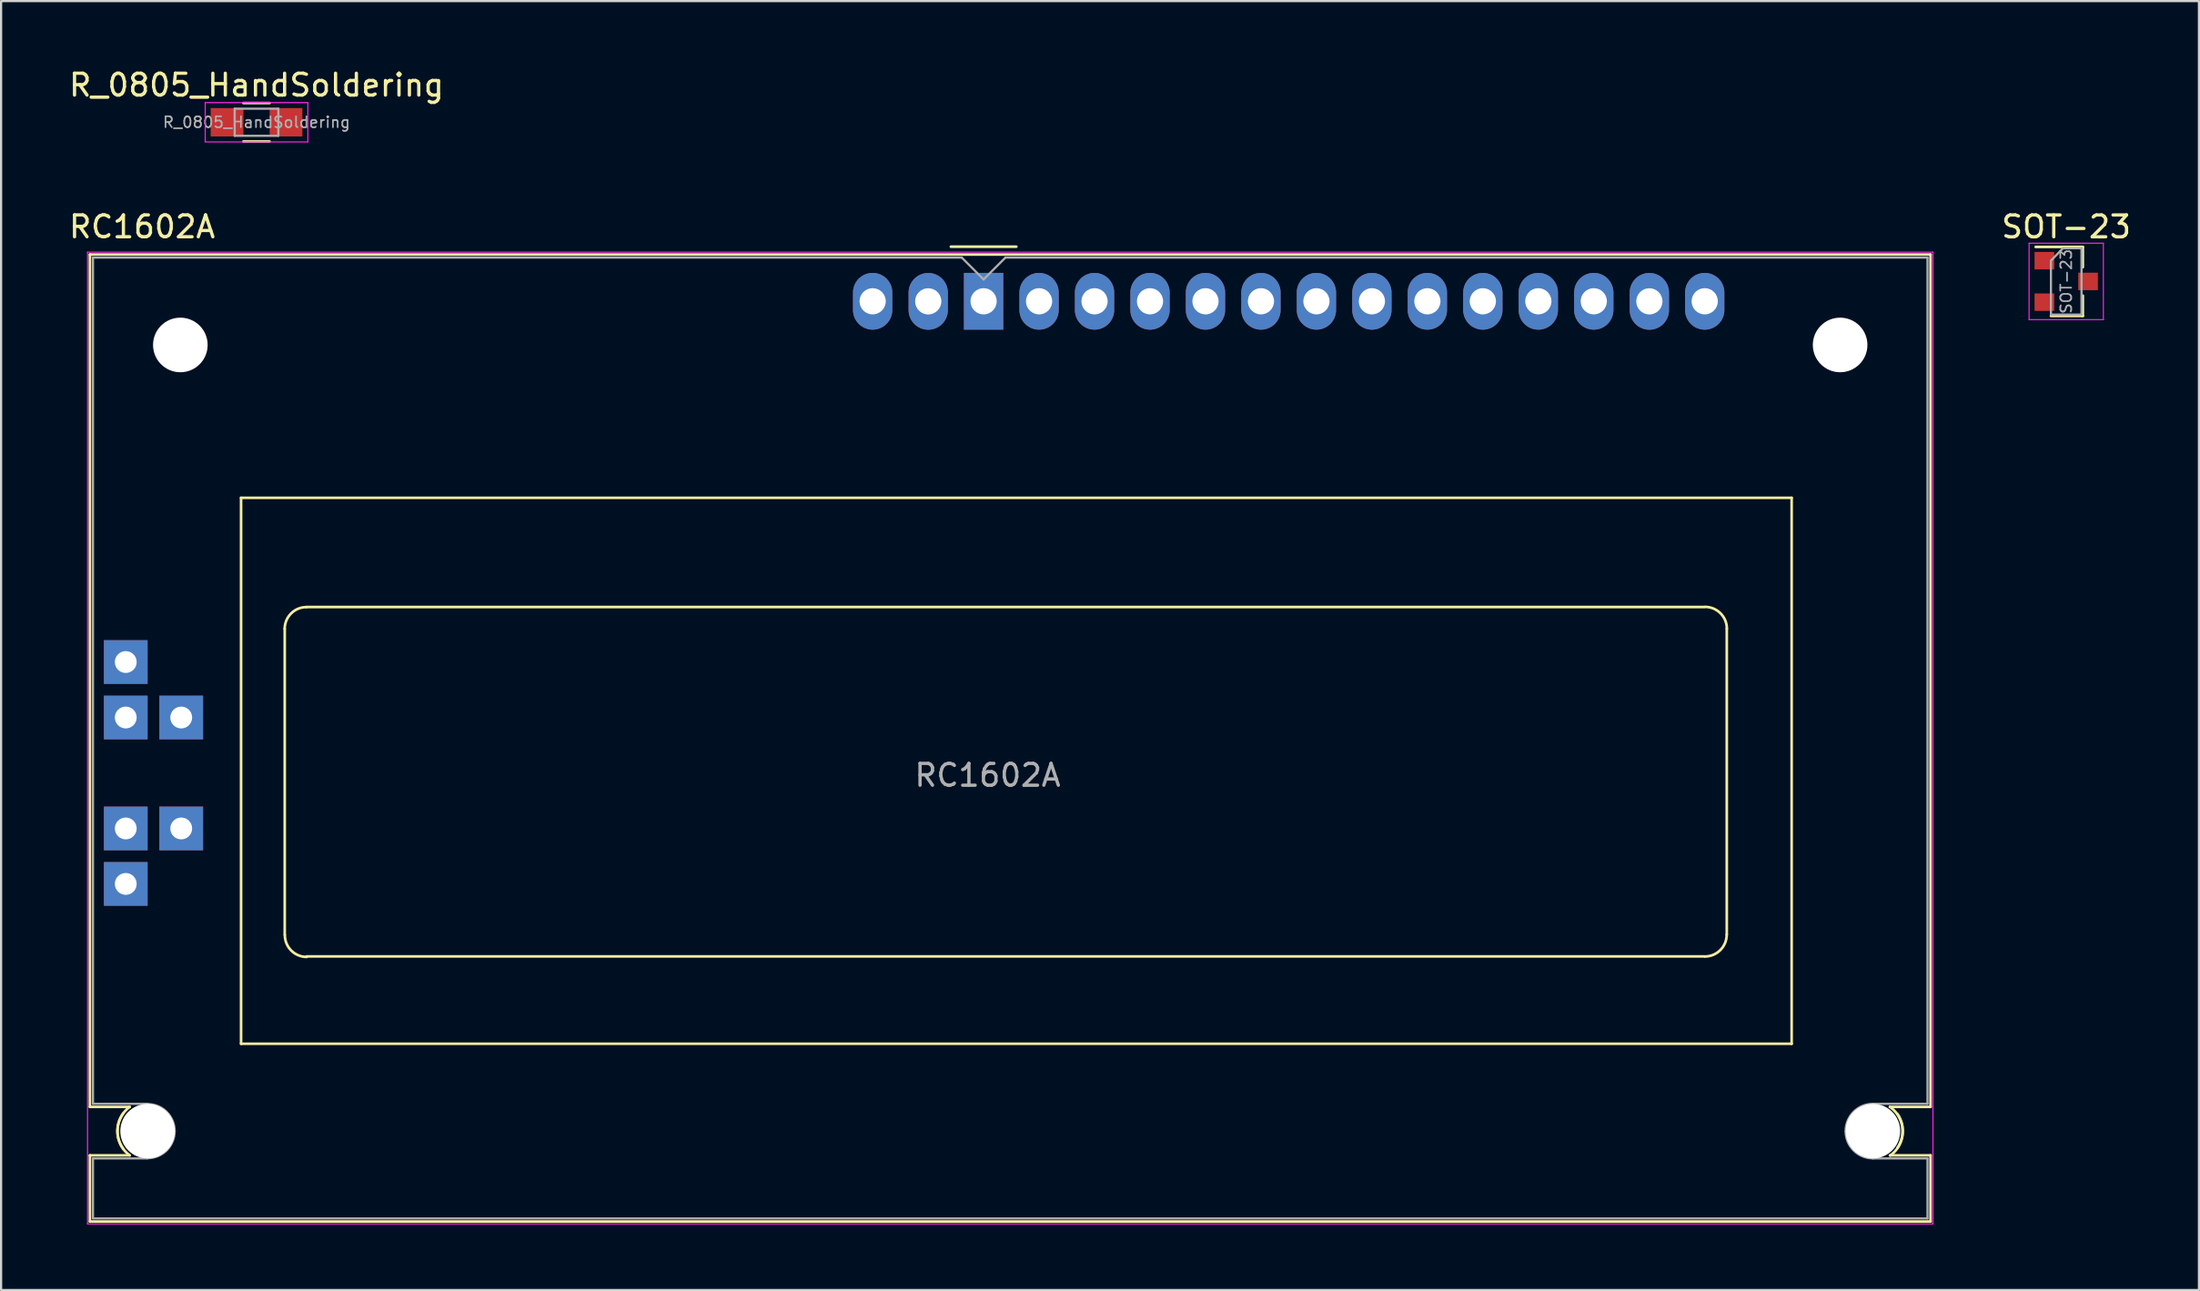
<source format=kicad_pcb>
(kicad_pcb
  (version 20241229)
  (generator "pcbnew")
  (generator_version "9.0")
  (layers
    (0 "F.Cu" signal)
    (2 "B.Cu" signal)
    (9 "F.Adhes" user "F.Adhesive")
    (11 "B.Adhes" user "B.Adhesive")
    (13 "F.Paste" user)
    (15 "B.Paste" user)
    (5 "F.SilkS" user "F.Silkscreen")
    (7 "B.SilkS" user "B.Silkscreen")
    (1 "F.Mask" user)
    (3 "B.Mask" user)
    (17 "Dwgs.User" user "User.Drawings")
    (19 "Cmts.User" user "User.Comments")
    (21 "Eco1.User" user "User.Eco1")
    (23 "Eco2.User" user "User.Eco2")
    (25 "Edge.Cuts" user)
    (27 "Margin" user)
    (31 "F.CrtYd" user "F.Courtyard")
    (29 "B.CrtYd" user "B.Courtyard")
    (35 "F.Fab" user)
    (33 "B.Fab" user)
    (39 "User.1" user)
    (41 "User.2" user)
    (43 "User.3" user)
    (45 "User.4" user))
  (footprint "SOT-23"
    (layer "F.Cu")
    (at 90.57 8.897)
    (property "Reference" "SOT-23" (at 0.991 -1.56 0) (layer "F.SilkS") (effects (font (size 1 1) (thickness 0.15))))
    (attr smd)
    (fp_line (start 1.751 -0.64) (end -0.409 -0.64) (stroke (width 0.12) (type solid)) (layer "F.SilkS"))
    (fp_line (start 1.751 -0.64) (end 1.751 0.29) (stroke (width 0.12) (type solid)) (layer "F.SilkS"))
    (fp_line (start 1.751 2.52) (end 0.291 2.52) (stroke (width 0.12) (type solid)) (layer "F.SilkS"))
    (fp_line (start 1.751 2.52) (end 1.751 1.59) (stroke (width 0.12) (type solid)) (layer "F.SilkS"))
    (fp_line (start -0.709 -0.81) (end 2.691 -0.81) (stroke (width 0.05) (type solid)) (layer "F.CrtYd"))
    (fp_line (start -0.709 2.69) (end -0.709 -0.81) (stroke (width 0.05) (type solid)) (layer "F.CrtYd"))
    (fp_line (start 2.691 -0.81) (end 2.691 2.69) (stroke (width 0.05) (type solid)) (layer "F.CrtYd"))
    (fp_line (start 2.691 2.69) (end -0.709 2.69) (stroke (width 0.05) (type solid)) (layer "F.CrtYd"))
    (fp_line (start 0.291 -0.01) (end 0.291 2.44) (stroke (width 0.1) (type solid)) (layer "F.Fab"))
    (fp_line (start 0.291 -0.01) (end 0.841 -0.58) (stroke (width 0.1) (type solid)) (layer "F.Fab"))
    (fp_line (start 0.291 2.46) (end 1.691 2.46) (stroke (width 0.1) (type solid)) (layer "F.Fab"))
    (fp_line (start 0.841 -0.58) (end 1.691 -0.58) (stroke (width 0.1) (type solid)) (layer "F.Fab"))
    (fp_line (start 1.691 -0.58) (end 1.691 2.46) (stroke (width 0.1) (type solid)) (layer "F.Fab"))
    (fp_text user "${REFERENCE}" (at 0.991 0.94 90) (layer "F.Fab") (effects (font (size 0.5 0.5) (thickness 0.075))))
    (pad "1" smd rect (at -0.009 -0.01) (size 0.9 0.8) (layers "F.Cu" "F.Mask" "F.Paste"))
    (pad "2" smd rect (at -0.009 1.89) (size 0.9 0.8) (layers "F.Cu" "F.Mask" "F.Paste"))
    (pad "3" smd rect (at 1.991 0.94) (size 0.9 0.8) (layers "F.Cu" "F.Mask" "F.Paste")))
  (footprint "R_0805_HandSoldering"
    (layer "F.Cu")
    (at 7.426 2.548)
    (property "Reference" "R_0805_HandSoldering" (at 1.27 -1.7 0) (layer "F.SilkS") (effects (font (size 1 1) (thickness 0.15))))
    (attr smd)
    (fp_line (start 0.67 -0.88) (end 1.87 -0.88) (stroke (width 0.12) (type solid)) (layer "F.SilkS"))
    (fp_line (start 1.87 0.88) (end 0.67 0.88) (stroke (width 0.12) (type solid)) (layer "F.SilkS"))
    (fp_line (start -1.08 -0.9) (end -1.08 0.9) (stroke (width 0.05) (type solid)) (layer "F.CrtYd"))
    (fp_line (start -1.08 -0.9) (end 3.62 -0.9) (stroke (width 0.05) (type solid)) (layer "F.CrtYd"))
    (fp_line (start 3.62 0.9) (end -1.08 0.9) (stroke (width 0.05) (type solid)) (layer "F.CrtYd"))
    (fp_line (start 3.62 0.9) (end 3.62 -0.9) (stroke (width 0.05) (type solid)) (layer "F.CrtYd"))
    (fp_line (start 0.27 -0.62) (end 2.27 -0.62) (stroke (width 0.1) (type solid)) (layer "F.Fab"))
    (fp_line (start 0.27 0.62) (end 0.27 -0.62) (stroke (width 0.1) (type solid)) (layer "F.Fab"))
    (fp_line (start 2.27 -0.62) (end 2.27 0.62) (stroke (width 0.1) (type solid)) (layer "F.Fab"))
    (fp_line (start 2.27 0.62) (end 0.27 0.62) (stroke (width 0.1) (type solid)) (layer "F.Fab"))
    (fp_text user "${REFERENCE}" (at 1.27 0 0) (layer "F.Fab") (effects (font (size 0.5 0.5) (thickness 0.075))))
    (pad "1" smd rect (at -0.08 0) (size 1.5 1.3) (layers "F.Cu" "F.Mask" "F.Paste"))
    (pad "2" smd rect (at 2.62 0) (size 1.5 1.3) (layers "F.Cu" "F.Mask" "F.Paste")))
  (footprint "RC1602A"
    (layer "F.Cu")
    (at 41.988 10.746)
    (property "Reference" "RC1602A" (at -38.53 -3.41 180) (layer "F.SilkS") (effects (font (size 1 1) (thickness 0.15))))
    (attr through_hole)
    (fp_line (start -40.92 -2.14) (end 43.36 -2.14) (stroke (width 0.12) (type solid)) (layer "F.SilkS"))
    (fp_line (start -40.92 36.89) (end -40.92 -2.14) (stroke (width 0.12) (type solid)) (layer "F.SilkS"))
    (fp_line (start -40.92 36.89) (end -39.1 36.89) (stroke (width 0.12) (type solid)) (layer "F.SilkS"))
    (fp_line (start -40.92 39.11) (end -39.1 39.11) (stroke (width 0.12) (type solid)) (layer "F.SilkS"))
    (fp_line (start -40.92 42.14) (end -40.92 39.11) (stroke (width 0.12) (type solid)) (layer "F.SilkS"))
    (fp_line (start -34 9) (end 37 9) (stroke (width 0.12) (type solid)) (layer "F.SilkS"))
    (fp_line (start -34 34) (end -34 9) (stroke (width 0.12) (type solid)) (layer "F.SilkS"))
    (fp_line (start -32 29) (end -32 15) (stroke (width 0.12) (type solid)) (layer "F.SilkS"))
    (fp_line (start -31 14) (end 33 14) (stroke (width 0.12) (type solid)) (layer "F.SilkS"))
    (fp_line (start -1.5 -2.5) (end 1.5 -2.5) (stroke (width 0.12) (type solid)) (layer "F.SilkS"))
    (fp_line (start 33 30) (end -31 30) (stroke (width 0.12) (type solid)) (layer "F.SilkS"))
    (fp_line (start 34.03 15) (end 34.03 29) (stroke (width 0.12) (type solid)) (layer "F.SilkS"))
    (fp_line (start 37 9) (end 37 34) (stroke (width 0.12) (type solid)) (layer "F.SilkS"))
    (fp_line (start 37 34) (end -34 34) (stroke (width 0.12) (type solid)) (layer "F.SilkS"))
    (fp_line (start 41.5 39.11) (end 43.36 39.11) (stroke (width 0.12) (type solid)) (layer "F.SilkS"))
    (fp_line (start 43.36 -2.14) (end 43.36 36.89) (stroke (width 0.12) (type solid)) (layer "F.SilkS"))
    (fp_line (start 43.36 36.89) (end 41.5 36.89) (stroke (width 0.12) (type solid)) (layer "F.SilkS"))
    (fp_line (start 43.36 39.11) (end 43.36 42.14) (stroke (width 0.12) (type solid)) (layer "F.SilkS"))
    (fp_line (start 43.36 42.14) (end -40.92 42.14) (stroke (width 0.12) (type solid)) (layer "F.SilkS"))
    (fp_arc (start -39.39 38.82) (mid -39.644716 37.794939) (end -39.1 36.89) (stroke (width 0.12) (type solid)) (layer "F.SilkS"))
    (fp_arc (start -39.1 39.11) (mid -39.644716 38.205061) (end -39.39 37.18) (stroke (width 0.12) (type solid)) (layer "F.SilkS"))
    (fp_arc (start -32.00286 15.00246) (mid -31.710488 14.296612) (end -31.00464 14.00424) (stroke (width 0.12) (type solid)) (layer "F.SilkS"))
    (fp_arc (start -30.99464 30.0237) (mid -31.702284 29.730584) (end -31.9954 29.02294) (stroke (width 0.12) (type solid)) (layer "F.SilkS"))
    (fp_arc (start 33.03574 13.99424) (mid 33.741588 14.286612) (end 34.03396 14.99246) (stroke (width 0.12) (type solid)) (layer "F.SilkS"))
    (fp_arc (start 34.0265 29.00294) (mid 33.733384 29.710584) (end 33.02574 30.0037) (stroke (width 0.12) (type solid)) (layer "F.SilkS"))
    (fp_arc (start 41.5 36.89) (mid 42.059361 37.759584) (end 41.84 38.77) (stroke (width 0.12) (type solid)) (layer "F.SilkS"))
    (fp_arc (start 41.84 37.21) (mid 42.070574 38.233345) (end 41.51 39.12) (stroke (width 0.12) (type solid)) (layer "F.SilkS"))
    (fp_line (start -41.03 -2.25) (end 43.47 -2.25) (stroke (width 0.05) (type solid)) (layer "F.CrtYd"))
    (fp_line (start -41.03 42.25) (end -41.03 -2.25) (stroke (width 0.05) (type solid)) (layer "F.CrtYd"))
    (fp_line (start -41.03 42.25) (end 43.47 42.25) (stroke (width 0.05) (type solid)) (layer "F.CrtYd"))
    (fp_line (start 43.47 42.25) (end 43.47 -2.25) (stroke (width 0.05) (type solid)) (layer "F.CrtYd"))
    (fp_line (start -40.78 -2) (end -1 -2) (stroke (width 0.1) (type solid)) (layer "F.Fab"))
    (fp_line (start -40.78 36.75) (end -40.78 -2) (stroke (width 0.1) (type solid)) (layer "F.Fab"))
    (fp_line (start -40.78 36.75) (end -38.28 36.75) (stroke (width 0.1) (type solid)) (layer "F.Fab"))
    (fp_line (start -40.78 39.25) (end -38.28 39.25) (stroke (width 0.1) (type solid)) (layer "F.Fab"))
    (fp_line (start -40.78 41.99) (end -40.78 39.25) (stroke (width 0.1) (type solid)) (layer "F.Fab"))
    (fp_line (start -1 -2) (end 0 -1) (stroke (width 0.1) (type solid)) (layer "F.Fab"))
    (fp_line (start 0 -1) (end 1 -2) (stroke (width 0.1) (type solid)) (layer "F.Fab"))
    (fp_line (start 1 -2) (end 43.22 -2) (stroke (width 0.1) (type solid)) (layer "F.Fab"))
    (fp_line (start 40.72 39.25) (end 43.22 39.25) (stroke (width 0.1) (type solid)) (layer "F.Fab"))
    (fp_line (start 43.22 -2) (end 43.22 36.75) (stroke (width 0.1) (type solid)) (layer "F.Fab"))
    (fp_line (start 43.22 36.75) (end 40.72 36.75) (stroke (width 0.1) (type solid)) (layer "F.Fab"))
    (fp_line (start 43.22 39.25) (end 43.22 42) (stroke (width 0.1) (type solid)) (layer "F.Fab"))
    (fp_line (start 43.22 42) (end -40.78 42) (stroke (width 0.1) (type solid)) (layer "F.Fab"))
    (fp_arc (start -38.28 36.76) (mid -37.403188 37.123188) (end -37.04 38) (stroke (width 0.1) (type solid)) (layer "F.Fab"))
    (fp_arc (start -37.04 38) (mid -37.403188 38.876812) (end -38.28 39.24) (stroke (width 0.1) (type solid)) (layer "F.Fab"))
    (fp_arc (start 39.47 37.99) (mid 39.843188 37.109045) (end 40.73 36.75) (stroke (width 0.1) (type solid)) (layer "F.Fab"))
    (fp_arc (start 40.73 39.25) (mid 39.843188 38.890955) (end 39.47 38.01) (stroke (width 0.1) (type solid)) (layer "F.Fab"))
    (fp_text user "${REFERENCE}" (at 0.185 21.705 0) (layer "F.Fab") (effects (font (size 1 1) (thickness 0.15))))
    (pad "" np_thru_hole circle (at -38.28 38 180) (size 2.5 2.5) (drill 2.5) (layers "*.Cu" "*.Mask"))
    (pad "" np_thru_hole circle (at -36.78 2 180) (size 2.5 2.5) (drill 2.5) (layers "*.Cu" "*.Mask"))
    (pad "" np_thru_hole circle (at 39.22 2 180) (size 2.5 2.5) (drill 2.5) (layers "*.Cu" "*.Mask"))
    (pad "" np_thru_hole circle (at 40.72 38 180) (size 2.5 2.5) (drill 2.5) (layers "*.Cu" "*.Mask"))
    (pad "1" thru_hole rect (at 0 0 180) (size 1.8 2.6) (drill 1.2) (layers "*.Cu" "*.Mask"))
    (pad "2" thru_hole oval (at 2.54 0 180) (size 1.8 2.6) (drill 1.2) (layers "*.Cu" "*.Mask"))
    (pad "3" thru_hole oval (at 5.08 0 180) (size 1.8 2.6) (drill 1.2) (layers "*.Cu" "*.Mask"))
    (pad "4" thru_hole oval (at 7.62 0 180) (size 1.8 2.6) (drill 1.2) (layers "*.Cu" "*.Mask"))
    (pad "5" thru_hole oval (at 10.16 0 180) (size 1.8 2.6) (drill 1.2) (layers "*.Cu" "*.Mask"))
    (pad "6" thru_hole oval (at 12.7 0 180) (size 1.8 2.6) (drill 1.2) (layers "*.Cu" "*.Mask"))
    (pad "7" thru_hole oval (at 15.24 0 180) (size 1.8 2.6) (drill 1.2) (layers "*.Cu" "*.Mask"))
    (pad "8" thru_hole oval (at 17.78 0 180) (size 1.8 2.6) (drill 1.2) (layers "*.Cu" "*.Mask"))
    (pad "9" thru_hole oval (at 20.32 0 180) (size 1.8 2.6) (drill 1.2) (layers "*.Cu" "*.Mask"))
    (pad "10" thru_hole oval (at 22.86 0 180) (size 1.8 2.6) (drill 1.2) (layers "*.Cu" "*.Mask"))
    (pad "11" thru_hole oval (at 25.4 0 180) (size 1.8 2.6) (drill 1.2) (layers "*.Cu" "*.Mask"))
    (pad "12" thru_hole oval (at 27.94 0 180) (size 1.8 2.6) (drill 1.2) (layers "*.Cu" "*.Mask"))
    (pad "13" thru_hole oval (at 30.485 0.003 180) (size 1.8 2.6) (drill 1.2) (layers "*.Cu" "*.Mask"))
    (pad "14" thru_hole oval (at 33.02 0 180) (size 1.8 2.6) (drill 1.2) (layers "*.Cu" "*.Mask"))
    (pad "15" thru_hole oval (at -5.08 0 180) (size 1.8 2.6) (drill 1.2) (layers "*.Cu" "*.Mask"))
    (pad "16" thru_hole oval (at -2.535 0.003 180) (size 1.8 2.6) (drill 1.2) (layers "*.Cu" "*.Mask"))
    (pad "A1" thru_hole rect (at -39.28 24.14 180) (size 2 2) (drill 1) (layers "*.Cu" "*.Mask"))
    (pad "A1" thru_hole rect (at -39.28 26.68 180) (size 2 2) (drill 1) (layers "*.Cu" "*.Mask"))
    (pad "A1" thru_hole rect (at -36.74 24.14 180) (size 2 2) (drill 1) (layers "*.Cu" "*.Mask"))
    (pad "K1" thru_hole rect (at -39.28 16.52 180) (size 2 2) (drill 1) (layers "*.Cu" "*.Mask"))
    (pad "K1" thru_hole rect (at -39.28 19.06 180) (size 2 2) (drill 1) (layers "*.Cu" "*.Mask"))
    (pad "K1" thru_hole rect (at -36.74 19.06 180) (size 2 2) (drill 1) (layers "*.Cu" "*.Mask")))
  (gr_rect
    (start -3 -3)
    (end 97.638 56.022)
    (stroke (width 0.1) (type default))
    (fill no)
    (layer "Edge.Cuts")))
</source>
